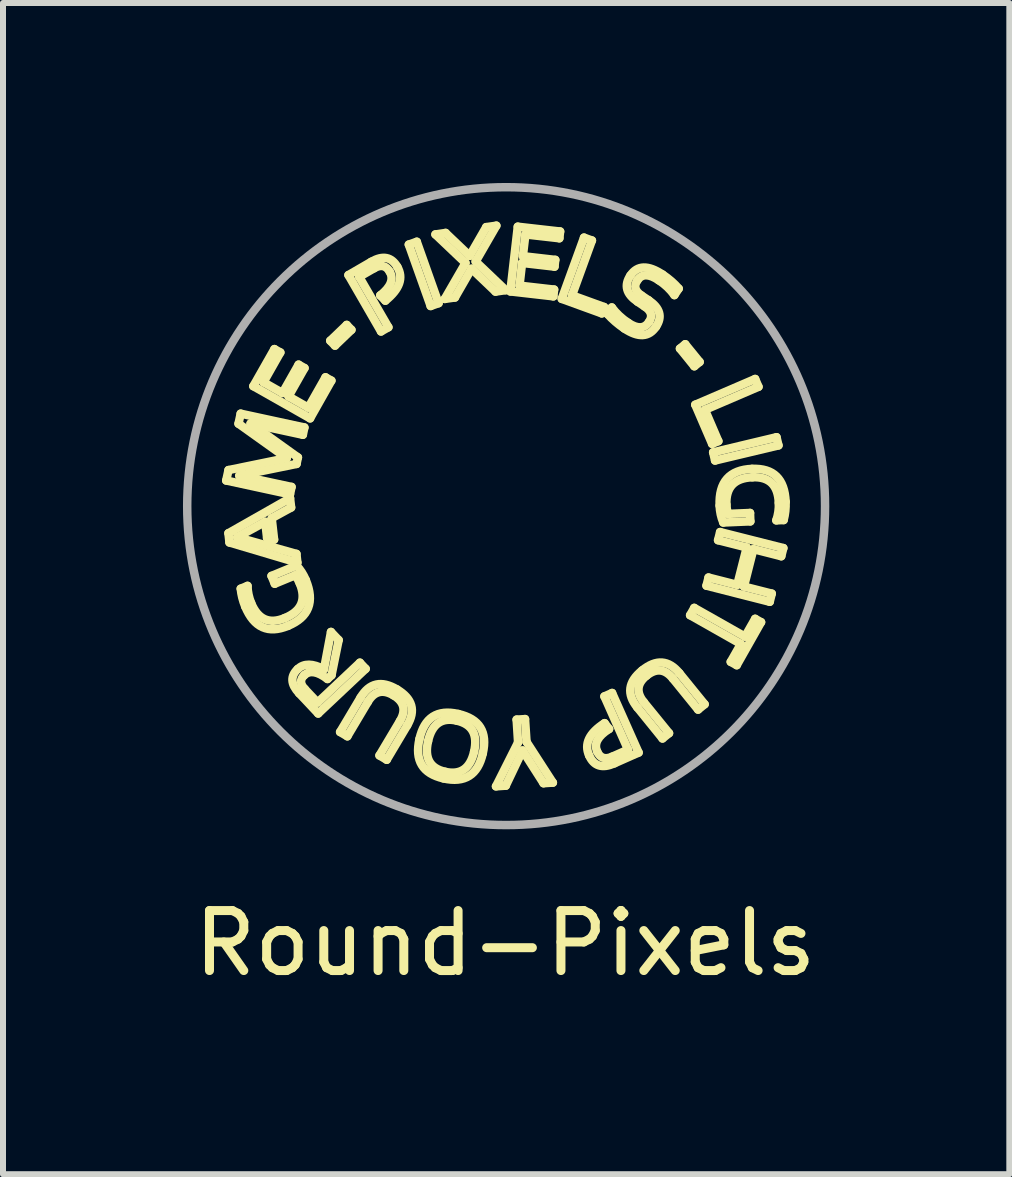
<source format=kicad_pcb>
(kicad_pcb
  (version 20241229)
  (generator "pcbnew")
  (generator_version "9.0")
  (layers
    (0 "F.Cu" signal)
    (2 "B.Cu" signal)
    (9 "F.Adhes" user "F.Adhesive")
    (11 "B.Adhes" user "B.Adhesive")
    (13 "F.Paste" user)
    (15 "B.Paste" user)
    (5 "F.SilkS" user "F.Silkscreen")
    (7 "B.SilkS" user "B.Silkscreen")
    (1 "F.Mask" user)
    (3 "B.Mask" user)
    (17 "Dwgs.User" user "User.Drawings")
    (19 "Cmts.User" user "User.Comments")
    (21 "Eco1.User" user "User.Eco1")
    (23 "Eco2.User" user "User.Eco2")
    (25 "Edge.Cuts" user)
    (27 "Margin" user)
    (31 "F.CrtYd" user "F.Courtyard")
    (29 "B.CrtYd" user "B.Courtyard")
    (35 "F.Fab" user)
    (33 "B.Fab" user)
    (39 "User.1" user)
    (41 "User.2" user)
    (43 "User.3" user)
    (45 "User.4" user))
  (footprint "Round-Pixels"
    (layer "F.Cu")
    (at 5.37 5.37)
    (property "Reference" "Round-Pixels" (at 0 7.3 0) (layer "F.SilkS") (effects (font (size 1 1) (thickness 0.15))))
    (attr through_hole)
    (fp_curve (pts (xy -4.65 -0.412) (xy -4.65 -0.412) (xy -4.612 -0.586) (xy -4.612 -0.586)) (stroke (width 0.141) (type solid)) (layer "F.SilkS"))
    (fp_curve (pts (xy -4.613 0.466) (xy -4.613 0.466) (xy -3.586 -0.117) (xy -3.586 -0.117)) (stroke (width 0.141) (type solid)) (layer "F.SilkS"))
    (fp_curve (pts (xy -4.612 -0.586) (xy -4.612 -0.586) (xy -3.641 -0.785) (xy -3.641 -0.785)) (stroke (width 0.141) (type solid)) (layer "F.SilkS"))
    (fp_curve (pts (xy -4.596 0.621) (xy -4.596 0.621) (xy -4.613 0.466) (xy -4.613 0.466)) (stroke (width 0.141) (type solid)) (layer "F.SilkS"))
    (fp_curve (pts (xy -4.467 0.533) (xy -4.467 0.533) (xy -3.48 0.811) (xy -3.48 0.811)) (stroke (width 0.141) (type solid)) (layer "F.SilkS"))
    (fp_curve (pts (xy -4.445 -1.359) (xy -4.445 -1.359) (xy -4.409 -1.526) (xy -4.409 -1.526)) (stroke (width 0.141) (type solid)) (layer "F.SilkS"))
    (fp_curve (pts (xy -4.432 -0.493) (xy -4.432 -0.493) (xy -3.561 -0.305) (xy -3.561 -0.305)) (stroke (width 0.141) (type solid)) (layer "F.SilkS"))
    (fp_curve (pts (xy -4.409 -1.526) (xy -4.409 -1.526) (xy -3.347 -1.296) (xy -3.347 -1.296)) (stroke (width 0.141) (type solid)) (layer "F.SilkS"))
    (fp_curve (pts (xy -4.408 1.391) (xy -4.408 1.391) (xy -4.295 1.344) (xy -4.295 1.344)) (stroke (width 0.141) (type solid)) (layer "F.SilkS"))
    (fp_curve (pts (xy -4.333 1.689) (xy -4.375 1.588) (xy -4.399 1.489) (xy -4.408 1.391)) (stroke (width 0.141) (type solid)) (layer "F.SilkS"))
    (fp_curve (pts (xy -4.295 1.344) (xy -4.292 1.445) (xy -4.271 1.54) (xy -4.234 1.631)) (stroke (width 0.141) (type solid)) (layer "F.SilkS"))
    (fp_curve (pts (xy -4.244 -1.362) (xy -4.244 -1.362) (xy -3.455 -0.797) (xy -3.455 -0.797)) (stroke (width 0.141) (type solid)) (layer "F.SilkS"))
    (fp_curve (pts (xy -4.234 1.631) (xy -4.12 1.905) (xy -3.934 1.988) (xy -3.674 1.88)) (stroke (width 0.141) (type solid)) (layer "F.SilkS"))
    (fp_curve (pts (xy -4.198 -1.984) (xy -4.198 -1.984) (xy -3.847 -2.602) (xy -3.847 -2.602)) (stroke (width 0.141) (type solid)) (layer "F.SilkS"))
    (fp_curve (pts (xy -4.029 -2.05) (xy -4.029 -2.05) (xy -3.712 -1.87) (xy -3.712 -1.87)) (stroke (width 0.141) (type solid)) (layer "F.SilkS"))
    (fp_curve (pts (xy -4 0.276) (xy -4 0.276) (xy -4.467 0.533) (xy -4.467 0.533)) (stroke (width 0.141) (type solid)) (layer "F.SilkS"))
    (fp_curve (pts (xy -3.969 0.547) (xy -3.969 0.547) (xy -4 0.276) (xy -4 0.276)) (stroke (width 0.141) (type solid)) (layer "F.SilkS"))
    (fp_curve (pts (xy -3.895 1.178) (xy -3.895 1.178) (xy -3.478 1.005) (xy -3.478 1.005)) (stroke (width 0.141) (type solid)) (layer "F.SilkS"))
    (fp_curve (pts (xy -3.892 0.216) (xy -3.892 0.216) (xy -3.852 0.573) (xy -3.852 0.573)) (stroke (width 0.141) (type solid)) (layer "F.SilkS"))
    (fp_curve (pts (xy -3.852 0.573) (xy -3.852 0.573) (xy -3.969 0.547) (xy -3.969 0.547)) (stroke (width 0.141) (type solid)) (layer "F.SilkS"))
    (fp_curve (pts (xy -3.847 -2.602) (xy -3.847 -2.602) (xy -3.748 -2.546) (xy -3.748 -2.546)) (stroke (width 0.141) (type solid)) (layer "F.SilkS"))
    (fp_curve (pts (xy -3.841 1.308) (xy -3.841 1.308) (xy -3.895 1.178) (xy -3.895 1.178)) (stroke (width 0.141) (type solid)) (layer "F.SilkS"))
    (fp_curve (pts (xy -3.748 -2.546) (xy -3.748 -2.546) (xy -4.029 -2.05) (xy -4.029 -2.05)) (stroke (width 0.141) (type solid)) (layer "F.SilkS"))
    (fp_curve (pts (xy -3.712 -1.87) (xy -3.712 -1.87) (xy -3.444 -2.343) (xy -3.444 -2.343)) (stroke (width 0.141) (type solid)) (layer "F.SilkS"))
    (fp_curve (pts (xy -3.674 1.88) (xy -3.395 1.765) (xy -3.312 1.572) (xy -3.424 1.303)) (stroke (width 0.141) (type solid)) (layer "F.SilkS"))
    (fp_curve (pts (xy -3.641 -0.785) (xy -3.641 -0.785) (xy -4.445 -1.359) (xy -4.445 -1.359)) (stroke (width 0.141) (type solid)) (layer "F.SilkS"))
    (fp_curve (pts (xy -3.62 2.01) (xy -3.95 2.147) (xy -4.187 2.04) (xy -4.333 1.689)) (stroke (width 0.141) (type solid)) (layer "F.SilkS"))
    (fp_curve (pts (xy -3.612 -1.814) (xy -3.612 -1.814) (xy -3.282 -1.626) (xy -3.282 -1.626)) (stroke (width 0.141) (type solid)) (layer "F.SilkS"))
    (fp_curve (pts (xy -3.587 -0.182) (xy -3.587 -0.182) (xy -4.65 -0.412) (xy -4.65 -0.412)) (stroke (width 0.141) (type solid)) (layer "F.SilkS"))
    (fp_curve (pts (xy -3.586 -0.117) (xy -3.586 -0.117) (xy -3.568 0.038) (xy -3.568 0.038)) (stroke (width 0.141) (type solid)) (layer "F.SilkS"))
    (fp_curve (pts (xy -3.568 0.038) (xy -3.568 0.038) (xy -3.892 0.216) (xy -3.892 0.216)) (stroke (width 0.141) (type solid)) (layer "F.SilkS"))
    (fp_curve (pts (xy -3.561 -0.305) (xy -3.561 -0.305) (xy -3.587 -0.182) (xy -3.587 -0.182)) (stroke (width 0.141) (type solid)) (layer "F.SilkS"))
    (fp_curve (pts (xy -3.5 1.167) (xy -3.5 1.167) (xy -3.841 1.308) (xy -3.841 1.308)) (stroke (width 0.141) (type solid)) (layer "F.SilkS"))
    (fp_curve (pts (xy -3.48 0.811) (xy -3.48 0.811) (xy -3.464 0.957) (xy -3.464 0.957)) (stroke (width 0.141) (type solid)) (layer "F.SilkS"))
    (fp_curve (pts (xy -3.478 -0.688) (xy -3.478 -0.688) (xy -4.432 -0.493) (xy -4.432 -0.493)) (stroke (width 0.141) (type solid)) (layer "F.SilkS"))
    (fp_curve (pts (xy -3.478 1.005) (xy -3.414 1.073) (xy -3.362 1.154) (xy -3.323 1.248)) (stroke (width 0.141) (type solid)) (layer "F.SilkS"))
    (fp_curve (pts (xy -3.464 0.957) (xy -3.464 0.957) (xy -4.596 0.621) (xy -4.596 0.621)) (stroke (width 0.141) (type solid)) (layer "F.SilkS"))
    (fp_curve (pts (xy -3.457 2.729) (xy -3.354 2.632) (xy -3.209 2.634) (xy -3.021 2.734)) (stroke (width 0.141) (type solid)) (layer "F.SilkS"))
    (fp_curve (pts (xy -3.455 -0.797) (xy -3.455 -0.797) (xy -3.478 -0.688) (xy -3.478 -0.688)) (stroke (width 0.141) (type solid)) (layer "F.SilkS"))
    (fp_curve (pts (xy -3.444 -2.343) (xy -3.444 -2.343) (xy -3.345 -2.286) (xy -3.345 -2.286)) (stroke (width 0.141) (type solid)) (layer "F.SilkS"))
    (fp_curve (pts (xy -3.435 3.133) (xy -3.576 2.983) (xy -3.584 2.848) (xy -3.457 2.729)) (stroke (width 0.141) (type solid)) (layer "F.SilkS"))
    (fp_curve (pts (xy -3.424 1.303) (xy -3.441 1.26) (xy -3.467 1.214) (xy -3.5 1.167)) (stroke (width 0.141) (type solid)) (layer "F.SilkS"))
    (fp_curve (pts (xy -3.373 -1.174) (xy -3.373 -1.174) (xy -4.244 -1.362) (xy -4.244 -1.362)) (stroke (width 0.141) (type solid)) (layer "F.SilkS"))
    (fp_curve (pts (xy -3.35 2.833) (xy -3.423 2.902) (xy -3.42 2.979) (xy -3.341 3.063)) (stroke (width 0.141) (type solid)) (layer "F.SilkS"))
    (fp_curve (pts (xy -3.347 -1.296) (xy -3.347 -1.296) (xy -3.373 -1.174) (xy -3.373 -1.174)) (stroke (width 0.141) (type solid)) (layer "F.SilkS"))
    (fp_curve (pts (xy -3.345 -2.286) (xy -3.345 -2.286) (xy -3.612 -1.814) (xy -3.612 -1.814)) (stroke (width 0.141) (type solid)) (layer "F.SilkS"))
    (fp_curve (pts (xy -3.341 3.063) (xy -3.341 3.063) (xy -3.128 3.289) (xy -3.128 3.289)) (stroke (width 0.141) (type solid)) (layer "F.SilkS"))
    (fp_curve (pts (xy -3.323 1.248) (xy -3.173 1.611) (xy -3.272 1.865) (xy -3.62 2.01)) (stroke (width 0.141) (type solid)) (layer "F.SilkS"))
    (fp_curve (pts (xy -3.282 -1.626) (xy -3.282 -1.626) (xy -2.995 -2.132) (xy -2.995 -2.132)) (stroke (width 0.141) (type solid)) (layer "F.SilkS"))
    (fp_curve (pts (xy -3.252 -1.448) (xy -3.252 -1.448) (xy -4.198 -1.984) (xy -4.198 -1.984)) (stroke (width 0.141) (type solid)) (layer "F.SilkS"))
    (fp_curve (pts (xy -3.128 3.289) (xy -3.128 3.289) (xy -2.422 2.624) (xy -2.422 2.624)) (stroke (width 0.141) (type solid)) (layer "F.SilkS"))
    (fp_curve (pts (xy -3.117 3.471) (xy -3.117 3.471) (xy -3.435 3.133) (xy -3.435 3.133)) (stroke (width 0.141) (type solid)) (layer "F.SilkS"))
    (fp_curve (pts (xy -3.021 2.734) (xy -3.021 2.734) (xy -2.904 2.112) (xy -2.904 2.112)) (stroke (width 0.141) (type solid)) (layer "F.SilkS"))
    (fp_curve (pts (xy -2.995 -2.132) (xy -2.995 -2.132) (xy -2.897 -2.076) (xy -2.897 -2.076)) (stroke (width 0.141) (type solid)) (layer "F.SilkS"))
    (fp_curve (pts (xy -2.962 2.896) (xy -3.129 2.768) (xy -3.258 2.747) (xy -3.35 2.833)) (stroke (width 0.141) (type solid)) (layer "F.SilkS"))
    (fp_curve (pts (xy -2.916 -2.742) (xy -2.916 -2.742) (xy -2.642 -3.005) (xy -2.642 -3.005)) (stroke (width 0.141) (type solid)) (layer "F.SilkS"))
    (fp_curve (pts (xy -2.904 2.112) (xy -2.904 2.112) (xy -2.776 2.247) (xy -2.776 2.247)) (stroke (width 0.141) (type solid)) (layer "F.SilkS"))
    (fp_curve (pts (xy -2.897 -2.076) (xy -2.897 -2.076) (xy -3.252 -1.448) (xy -3.252 -1.448)) (stroke (width 0.141) (type solid)) (layer "F.SilkS"))
    (fp_curve (pts (xy -2.895 2.834) (xy -2.895 2.834) (xy -2.962 2.896) (xy -2.962 2.896)) (stroke (width 0.141) (type solid)) (layer "F.SilkS"))
    (fp_curve (pts (xy -2.837 -2.66) (xy -2.837 -2.66) (xy -2.916 -2.742) (xy -2.916 -2.742)) (stroke (width 0.141) (type solid)) (layer "F.SilkS"))
    (fp_curve (pts (xy -2.776 2.247) (xy -2.776 2.247) (xy -2.895 2.834) (xy -2.895 2.834)) (stroke (width 0.141) (type solid)) (layer "F.SilkS"))
    (fp_curve (pts (xy -2.752 3.779) (xy -2.752 3.779) (xy -2.411 3.206) (xy -2.411 3.206)) (stroke (width 0.141) (type solid)) (layer "F.SilkS"))
    (fp_curve (pts (xy -2.642 -3.005) (xy -2.642 -3.005) (xy -2.563 -2.923) (xy -2.563 -2.923)) (stroke (width 0.141) (type solid)) (layer "F.SilkS"))
    (fp_curve (pts (xy -2.631 3.851) (xy -2.631 3.851) (xy -2.752 3.779) (xy -2.752 3.779)) (stroke (width 0.141) (type solid)) (layer "F.SilkS"))
    (fp_curve (pts (xy -2.613 -3.836) (xy -2.613 -3.836) (xy -2.232 -4.057) (xy -2.232 -4.057)) (stroke (width 0.141) (type solid)) (layer "F.SilkS"))
    (fp_curve (pts (xy -2.563 -2.923) (xy -2.563 -2.923) (xy -2.837 -2.66) (xy -2.837 -2.66)) (stroke (width 0.141) (type solid)) (layer "F.SilkS"))
    (fp_curve (pts (xy -2.434 -3.806) (xy -2.434 -3.806) (xy -1.947 -2.966) (xy -1.947 -2.966)) (stroke (width 0.141) (type solid)) (layer "F.SilkS"))
    (fp_curve (pts (xy -2.422 2.624) (xy -2.422 2.624) (xy -2.326 2.726) (xy -2.326 2.726)) (stroke (width 0.141) (type solid)) (layer "F.SilkS"))
    (fp_curve (pts (xy -2.411 3.206) (xy -2.265 2.961) (xy -2.063 2.916) (xy -1.804 3.07)) (stroke (width 0.141) (type solid)) (layer "F.SilkS"))
    (fp_curve (pts (xy -2.326 2.726) (xy -2.326 2.726) (xy -3.117 3.471) (xy -3.117 3.471)) (stroke (width 0.141) (type solid)) (layer "F.SilkS"))
    (fp_curve (pts (xy -2.29 3.278) (xy -2.29 3.278) (xy -2.631 3.851) (xy -2.631 3.851)) (stroke (width 0.141) (type solid)) (layer "F.SilkS"))
    (fp_curve (pts (xy -2.232 -4.057) (xy -2.04 -4.168) (xy -1.895 -4.14) (xy -1.798 -3.972)) (stroke (width 0.141) (type solid)) (layer "F.SilkS"))
    (fp_curve (pts (xy -2.185 -3.95) (xy -2.185 -3.95) (xy -2.434 -3.806) (xy -2.434 -3.806)) (stroke (width 0.141) (type solid)) (layer "F.SilkS"))
    (fp_curve (pts (xy -2.096 4.17) (xy -2.096 4.17) (xy -1.755 3.597) (xy -1.755 3.597)) (stroke (width 0.141) (type solid)) (layer "F.SilkS"))
    (fp_curve (pts (xy -2.083 -3.497) (xy -1.906 -3.637) (xy -1.854 -3.769) (xy -1.925 -3.892)) (stroke (width 0.141) (type solid)) (layer "F.SilkS"))
    (fp_curve (pts (xy -2.07 -2.896) (xy -2.07 -2.896) (xy -2.613 -3.836) (xy -2.613 -3.836)) (stroke (width 0.141) (type solid)) (layer "F.SilkS"))
    (fp_curve (pts (xy -1.998 -3.409) (xy -1.998 -3.409) (xy -2.083 -3.497) (xy -2.083 -3.497)) (stroke (width 0.141) (type solid)) (layer "F.SilkS"))
    (fp_curve (pts (xy -1.975 4.242) (xy -1.975 4.242) (xy -2.096 4.17) (xy -2.096 4.17)) (stroke (width 0.141) (type solid)) (layer "F.SilkS"))
    (fp_curve (pts (xy -1.947 -2.966) (xy -1.947 -2.966) (xy -2.07 -2.896) (xy -2.07 -2.896)) (stroke (width 0.141) (type solid)) (layer "F.SilkS"))
    (fp_curve (pts (xy -1.925 -3.892) (xy -1.985 -3.996) (xy -2.072 -4.015) (xy -2.185 -3.95)) (stroke (width 0.141) (type solid)) (layer "F.SilkS"))
    (fp_curve (pts (xy -1.862 3.168) (xy -2.041 3.062) (xy -2.184 3.098) (xy -2.29 3.278)) (stroke (width 0.141) (type solid)) (layer "F.SilkS"))
    (fp_curve (pts (xy -1.804 3.07) (xy -1.545 3.224) (xy -1.488 3.424) (xy -1.634 3.669)) (stroke (width 0.141) (type solid)) (layer "F.SilkS"))
    (fp_curve (pts (xy -1.798 -3.972) (xy -1.692 -3.789) (xy -1.759 -3.602) (xy -1.998 -3.409)) (stroke (width 0.141) (type solid)) (layer "F.SilkS"))
    (fp_curve (pts (xy -1.755 3.597) (xy -1.648 3.417) (xy -1.684 3.275) (xy -1.862 3.168)) (stroke (width 0.141) (type solid)) (layer "F.SilkS"))
    (fp_curve (pts (xy -1.634 3.669) (xy -1.634 3.669) (xy -1.975 4.242) (xy -1.975 4.242)) (stroke (width 0.141) (type solid)) (layer "F.SilkS"))
    (fp_curve (pts (xy -1.607 -4.344) (xy -1.607 -4.344) (xy -1.474 -4.391) (xy -1.474 -4.391)) (stroke (width 0.141) (type solid)) (layer "F.SilkS"))
    (fp_curve (pts (xy -1.474 -4.391) (xy -1.474 -4.391) (xy -1.111 -3.367) (xy -1.111 -3.367)) (stroke (width 0.141) (type solid)) (layer "F.SilkS"))
    (fp_curve (pts (xy -1.429 3.895) (xy -1.347 3.538) (xy -1.132 3.399) (xy -0.783 3.479)) (stroke (width 0.141) (type solid)) (layer "F.SilkS"))
    (fp_curve (pts (xy -1.286 3.932) (xy -1.35 4.214) (xy -1.256 4.384) (xy -1.003 4.442)) (stroke (width 0.141) (type solid)) (layer "F.SilkS"))
    (fp_curve (pts (xy -1.243 -3.32) (xy -1.243 -3.32) (xy -1.607 -4.344) (xy -1.607 -4.344)) (stroke (width 0.141) (type solid)) (layer "F.SilkS"))
    (fp_curve (pts (xy -1.163 -4.513) (xy -1.163 -4.513) (xy -0.994 -4.538) (xy -0.994 -4.538)) (stroke (width 0.141) (type solid)) (layer "F.SilkS"))
    (fp_curve (pts (xy -1.111 -3.367) (xy -1.111 -3.367) (xy -1.243 -3.32) (xy -1.243 -3.32)) (stroke (width 0.141) (type solid)) (layer "F.SilkS"))
    (fp_curve (pts (xy -1.029 4.553) (xy -1.378 4.473) (xy -1.511 4.254) (xy -1.429 3.895)) (stroke (width 0.141) (type solid)) (layer "F.SilkS"))
    (fp_curve (pts (xy -1.008 -3.438) (xy -1.008 -3.438) (xy -0.662 -4.037) (xy -0.662 -4.037)) (stroke (width 0.141) (type solid)) (layer "F.SilkS"))
    (fp_curve (pts (xy -1.003 4.442) (xy -0.745 4.501) (xy -0.584 4.389) (xy -0.519 4.108)) (stroke (width 0.141) (type solid)) (layer "F.SilkS"))
    (fp_curve (pts (xy -0.994 -4.538) (xy -0.994 -4.538) (xy -0.593 -4.156) (xy -0.593 -4.156)) (stroke (width 0.141) (type solid)) (layer "F.SilkS"))
    (fp_curve (pts (xy -0.838 -3.462) (xy -0.838 -3.462) (xy -1.008 -3.438) (xy -1.008 -3.438)) (stroke (width 0.141) (type solid)) (layer "F.SilkS"))
    (fp_curve (pts (xy -0.808 3.59) (xy -1.061 3.532) (xy -1.221 3.646) (xy -1.286 3.932)) (stroke (width 0.141) (type solid)) (layer "F.SilkS"))
    (fp_curve (pts (xy -0.783 3.479) (xy -0.428 3.56) (xy -0.292 3.779) (xy -0.374 4.136)) (stroke (width 0.141) (type solid)) (layer "F.SilkS"))
    (fp_curve (pts (xy -0.662 -4.037) (xy -0.662 -4.037) (xy -1.163 -4.513) (xy -1.163 -4.513)) (stroke (width 0.141) (type solid)) (layer "F.SilkS"))
    (fp_curve (pts (xy -0.593 -4.156) (xy -0.593 -4.156) (xy -0.317 -4.635) (xy -0.317 -4.635)) (stroke (width 0.141) (type solid)) (layer "F.SilkS"))
    (fp_curve (pts (xy -0.562 -3.941) (xy -0.562 -3.941) (xy -0.838 -3.462) (xy -0.838 -3.462)) (stroke (width 0.141) (type solid)) (layer "F.SilkS"))
    (fp_curve (pts (xy -0.519 4.108) (xy -0.454 3.821) (xy -0.55 3.649) (xy -0.808 3.59)) (stroke (width 0.141) (type solid)) (layer "F.SilkS"))
    (fp_curve (pts (xy -0.493 -4.061) (xy -0.493 -4.061) (xy 0.007 -3.584) (xy 0.007 -3.584)) (stroke (width 0.141) (type solid)) (layer "F.SilkS"))
    (fp_curve (pts (xy -0.374 4.136) (xy -0.455 4.495) (xy -0.674 4.634) (xy -1.029 4.553)) (stroke (width 0.141) (type solid)) (layer "F.SilkS"))
    (fp_curve (pts (xy -0.317 -4.635) (xy -0.317 -4.635) (xy -0.148 -4.659) (xy -0.148 -4.659)) (stroke (width 0.141) (type solid)) (layer "F.SilkS"))
    (fp_curve (pts (xy -0.162 -3.56) (xy -0.162 -3.56) (xy -0.562 -3.941) (xy -0.562 -3.941)) (stroke (width 0.141) (type solid)) (layer "F.SilkS"))
    (fp_curve (pts (xy -0.154 4.685) (xy -0.154 4.685) (xy 0.214 3.953) (xy 0.214 3.953)) (stroke (width 0.141) (type solid)) (layer "F.SilkS"))
    (fp_curve (pts (xy -0.148 -4.659) (xy -0.148 -4.659) (xy -0.493 -4.061) (xy -0.493 -4.061)) (stroke (width 0.141) (type solid)) (layer "F.SilkS"))
    (fp_curve (pts (xy 0.007 -3.584) (xy 0.007 -3.584) (xy -0.162 -3.56) (xy -0.162 -3.56)) (stroke (width 0.141) (type solid)) (layer "F.SilkS"))
    (fp_curve (pts (xy 0.009 4.674) (xy 0.009 4.674) (xy -0.154 4.685) (xy -0.154 4.685)) (stroke (width 0.141) (type solid)) (layer "F.SilkS"))
    (fp_curve (pts (xy 0.085 -3.563) (xy 0.085 -3.563) (xy 0.209 -4.642) (xy 0.209 -4.642)) (stroke (width 0.141) (type solid)) (layer "F.SilkS"))
    (fp_curve (pts (xy 0.19 3.573) (xy 0.19 3.573) (xy 0.33 3.564) (xy 0.33 3.564)) (stroke (width 0.141) (type solid)) (layer "F.SilkS"))
    (fp_curve (pts (xy 0.209 -4.642) (xy 0.209 -4.642) (xy 0.915 -4.562) (xy 0.915 -4.562)) (stroke (width 0.141) (type solid)) (layer "F.SilkS"))
    (fp_curve (pts (xy 0.214 3.953) (xy 0.214 3.953) (xy 0.19 3.573) (xy 0.19 3.573)) (stroke (width 0.141) (type solid)) (layer "F.SilkS"))
    (fp_curve (pts (xy 0.238 -3.66) (xy 0.238 -3.66) (xy 0.815 -3.594) (xy 0.815 -3.594)) (stroke (width 0.141) (type solid)) (layer "F.SilkS"))
    (fp_curve (pts (xy 0.281 -4.038) (xy 0.281 -4.038) (xy 0.238 -3.66) (xy 0.238 -3.66)) (stroke (width 0.141) (type solid)) (layer "F.SilkS"))
    (fp_curve (pts (xy 0.289 4.087) (xy 0.289 4.087) (xy 0.009 4.674) (xy 0.009 4.674)) (stroke (width 0.141) (type solid)) (layer "F.SilkS"))
    (fp_curve (pts (xy 0.294 -4.151) (xy 0.294 -4.151) (xy 0.834 -4.089) (xy 0.834 -4.089)) (stroke (width 0.141) (type solid)) (layer "F.SilkS"))
    (fp_curve (pts (xy 0.33 3.564) (xy 0.33 3.564) (xy 0.355 3.944) (xy 0.355 3.944)) (stroke (width 0.141) (type solid)) (layer "F.SilkS"))
    (fp_curve (pts (xy 0.336 -4.513) (xy 0.336 -4.513) (xy 0.294 -4.151) (xy 0.294 -4.151)) (stroke (width 0.141) (type solid)) (layer "F.SilkS"))
    (fp_curve (pts (xy 0.355 3.944) (xy 0.355 3.944) (xy 0.794 4.623) (xy 0.794 4.623)) (stroke (width 0.141) (type solid)) (layer "F.SilkS"))
    (fp_curve (pts (xy 0.638 4.633) (xy 0.638 4.633) (xy 0.289 4.087) (xy 0.289 4.087)) (stroke (width 0.141) (type solid)) (layer "F.SilkS"))
    (fp_curve (pts (xy 0.794 4.623) (xy 0.794 4.623) (xy 0.638 4.633) (xy 0.638 4.633)) (stroke (width 0.141) (type solid)) (layer "F.SilkS"))
    (fp_curve (pts (xy 0.802 -3.481) (xy 0.802 -3.481) (xy 0.085 -3.563) (xy 0.085 -3.563)) (stroke (width 0.141) (type solid)) (layer "F.SilkS"))
    (fp_curve (pts (xy 0.815 -3.594) (xy 0.815 -3.594) (xy 0.802 -3.481) (xy 0.802 -3.481)) (stroke (width 0.141) (type solid)) (layer "F.SilkS"))
    (fp_curve (pts (xy 0.821 -3.976) (xy 0.821 -3.976) (xy 0.281 -4.038) (xy 0.281 -4.038)) (stroke (width 0.141) (type solid)) (layer "F.SilkS"))
    (fp_curve (pts (xy 0.834 -4.089) (xy 0.834 -4.089) (xy 0.821 -3.976) (xy 0.821 -3.976)) (stroke (width 0.141) (type solid)) (layer "F.SilkS"))
    (fp_curve (pts (xy 0.902 -4.449) (xy 0.902 -4.449) (xy 0.336 -4.513) (xy 0.336 -4.513)) (stroke (width 0.141) (type solid)) (layer "F.SilkS"))
    (fp_curve (pts (xy 0.915 -4.562) (xy 0.915 -4.562) (xy 0.902 -4.449) (xy 0.902 -4.449)) (stroke (width 0.141) (type solid)) (layer "F.SilkS"))
    (fp_curve (pts (xy 0.942 -3.439) (xy 0.942 -3.439) (xy 1.313 -4.46) (xy 1.313 -4.46)) (stroke (width 0.141) (type solid)) (layer "F.SilkS"))
    (fp_curve (pts (xy 1.113 -3.498) (xy 1.113 -3.498) (xy 1.647 -3.304) (xy 1.647 -3.304)) (stroke (width 0.141) (type solid)) (layer "F.SilkS"))
    (fp_curve (pts (xy 1.313 -4.46) (xy 1.313 -4.46) (xy 1.445 -4.412) (xy 1.445 -4.412)) (stroke (width 0.141) (type solid)) (layer "F.SilkS"))
    (fp_curve (pts (xy 1.398 4.17) (xy 1.312 3.978) (xy 1.398 3.798) (xy 1.656 3.632)) (stroke (width 0.141) (type solid)) (layer "F.SilkS"))
    (fp_curve (pts (xy 1.445 -4.412) (xy 1.445 -4.412) (xy 1.113 -3.498) (xy 1.113 -3.498)) (stroke (width 0.141) (type solid)) (layer "F.SilkS"))
    (fp_curve (pts (xy 1.532 4.104) (xy 1.581 4.215) (xy 1.665 4.243) (xy 1.784 4.19)) (stroke (width 0.141) (type solid)) (layer "F.SilkS"))
    (fp_curve (pts (xy 1.609 -3.197) (xy 1.609 -3.197) (xy 0.942 -3.439) (xy 0.942 -3.439)) (stroke (width 0.141) (type solid)) (layer "F.SilkS"))
    (fp_curve (pts (xy 1.647 -3.304) (xy 1.647 -3.304) (xy 1.609 -3.197) (xy 1.609 -3.197)) (stroke (width 0.141) (type solid)) (layer "F.SilkS"))
    (fp_curve (pts (xy 1.653 3.186) (xy 1.653 3.186) (xy 1.781 3.129) (xy 1.781 3.129)) (stroke (width 0.141) (type solid)) (layer "F.SilkS"))
    (fp_curve (pts (xy 1.656 3.632) (xy 1.656 3.632) (xy 1.731 3.729) (xy 1.731 3.729)) (stroke (width 0.141) (type solid)) (layer "F.SilkS"))
    (fp_curve (pts (xy 1.704 -3.188) (xy 1.704 -3.188) (xy 1.776 -3.296) (xy 1.776 -3.296)) (stroke (width 0.141) (type solid)) (layer "F.SilkS"))
    (fp_curve (pts (xy 1.731 3.729) (xy 1.541 3.849) (xy 1.475 3.974) (xy 1.532 4.104)) (stroke (width 0.141) (type solid)) (layer "F.SilkS"))
    (fp_curve (pts (xy 1.776 -3.296) (xy 1.848 -3.199) (xy 1.939 -3.113) (xy 2.049 -3.04)) (stroke (width 0.141) (type solid)) (layer "F.SilkS"))
    (fp_curve (pts (xy 1.781 3.129) (xy 1.781 3.129) (xy 2.223 4.122) (xy 2.223 4.122)) (stroke (width 0.141) (type solid)) (layer "F.SilkS"))
    (fp_curve (pts (xy 1.784 4.19) (xy 1.784 4.19) (xy 2.047 4.073) (xy 2.047 4.073)) (stroke (width 0.141) (type solid)) (layer "F.SilkS"))
    (fp_curve (pts (xy 1.82 4.301) (xy 1.617 4.392) (xy 1.476 4.348) (xy 1.398 4.17)) (stroke (width 0.141) (type solid)) (layer "F.SilkS"))
    (fp_curve (pts (xy 1.985 -2.945) (xy 1.876 -3.019) (xy 1.782 -3.1) (xy 1.704 -3.188)) (stroke (width 0.141) (type solid)) (layer "F.SilkS"))
    (fp_curve (pts (xy 2.047 4.073) (xy 2.047 4.073) (xy 1.653 3.186) (xy 1.653 3.186)) (stroke (width 0.141) (type solid)) (layer "F.SilkS"))
    (fp_curve (pts (xy 2.049 -3.04) (xy 2.204 -2.936) (xy 2.32 -2.94) (xy 2.396 -3.054)) (stroke (width 0.141) (type solid)) (layer "F.SilkS"))
    (fp_curve (pts (xy 2.086 -3.828) (xy 2.202 -4.001) (xy 2.381 -4.006) (xy 2.623 -3.844)) (stroke (width 0.141) (type solid)) (layer "F.SilkS"))
    (fp_curve (pts (xy 2.201 3.369) (xy 2.021 3.148) (xy 2.048 2.943) (xy 2.282 2.753)) (stroke (width 0.141) (type solid)) (layer "F.SilkS"))
    (fp_curve (pts (xy 2.203 -3.75) (xy 2.138 -3.653) (xy 2.162 -3.568) (xy 2.273 -3.493)) (stroke (width 0.141) (type solid)) (layer "F.SilkS"))
    (fp_curve (pts (xy 2.205 -3.392) (xy 2.016 -3.519) (xy 1.977 -3.664) (xy 2.086 -3.828)) (stroke (width 0.141) (type solid)) (layer "F.SilkS"))
    (fp_curve (pts (xy 2.223 4.122) (xy 2.223 4.122) (xy 1.82 4.301) (xy 1.82 4.301)) (stroke (width 0.141) (type solid)) (layer "F.SilkS"))
    (fp_curve (pts (xy 2.273 -3.493) (xy 2.273 -3.493) (xy 2.389 -3.416) (xy 2.389 -3.416)) (stroke (width 0.141) (type solid)) (layer "F.SilkS"))
    (fp_curve (pts (xy 2.282 2.753) (xy 2.516 2.563) (xy 2.723 2.578) (xy 2.903 2.799)) (stroke (width 0.141) (type solid)) (layer "F.SilkS"))
    (fp_curve (pts (xy 2.309 3.281) (xy 2.309 3.281) (xy 2.73 3.799) (xy 2.73 3.799)) (stroke (width 0.141) (type solid)) (layer "F.SilkS"))
    (fp_curve (pts (xy 2.321 -3.314) (xy 2.321 -3.314) (xy 2.205 -3.392) (xy 2.205 -3.392)) (stroke (width 0.141) (type solid)) (layer "F.SilkS"))
    (fp_curve (pts (xy 2.354 2.841) (xy 2.193 2.972) (xy 2.178 3.119) (xy 2.309 3.281)) (stroke (width 0.141) (type solid)) (layer "F.SilkS"))
    (fp_curve (pts (xy 2.389 -3.416) (xy 2.581 -3.287) (xy 2.623 -3.14) (xy 2.513 -2.976)) (stroke (width 0.141) (type solid)) (layer "F.SilkS"))
    (fp_curve (pts (xy 2.396 -3.054) (xy 2.461 -3.151) (xy 2.436 -3.238) (xy 2.321 -3.314)) (stroke (width 0.141) (type solid)) (layer "F.SilkS"))
    (fp_curve (pts (xy 2.513 -2.976) (xy 2.394 -2.799) (xy 2.219 -2.789) (xy 1.985 -2.945)) (stroke (width 0.141) (type solid)) (layer "F.SilkS"))
    (fp_curve (pts (xy 2.559 -3.749) (xy 2.396 -3.859) (xy 2.277 -3.86) (xy 2.203 -3.75)) (stroke (width 0.141) (type solid)) (layer "F.SilkS"))
    (fp_curve (pts (xy 2.621 3.887) (xy 2.621 3.887) (xy 2.201 3.369) (xy 2.201 3.369)) (stroke (width 0.141) (type solid)) (layer "F.SilkS"))
    (fp_curve (pts (xy 2.623 -3.844) (xy 2.728 -3.774) (xy 2.818 -3.696) (xy 2.891 -3.61)) (stroke (width 0.141) (type solid)) (layer "F.SilkS"))
    (fp_curve (pts (xy 2.73 3.799) (xy 2.73 3.799) (xy 2.621 3.887) (xy 2.621 3.887)) (stroke (width 0.141) (type solid)) (layer "F.SilkS"))
    (fp_curve (pts (xy 2.794 2.888) (xy 2.662 2.726) (xy 2.516 2.71) (xy 2.354 2.841)) (stroke (width 0.141) (type solid)) (layer "F.SilkS"))
    (fp_curve (pts (xy 2.819 -3.502) (xy 2.751 -3.597) (xy 2.665 -3.679) (xy 2.559 -3.749)) (stroke (width 0.141) (type solid)) (layer "F.SilkS"))
    (fp_curve (pts (xy 2.891 -3.61) (xy 2.891 -3.61) (xy 2.819 -3.502) (xy 2.819 -3.502)) (stroke (width 0.141) (type solid)) (layer "F.SilkS"))
    (fp_curve (pts (xy 2.903 2.799) (xy 2.903 2.799) (xy 3.323 3.317) (xy 3.323 3.317)) (stroke (width 0.141) (type solid)) (layer "F.SilkS"))
    (fp_curve (pts (xy 2.912 -2.611) (xy 2.912 -2.611) (xy 3 -2.683) (xy 3 -2.683)) (stroke (width 0.141) (type solid)) (layer "F.SilkS"))
    (fp_curve (pts (xy 3 -2.683) (xy 3 -2.683) (xy 3.24 -2.388) (xy 3.24 -2.388)) (stroke (width 0.141) (type solid)) (layer "F.SilkS"))
    (fp_curve (pts (xy 3.081 1.833) (xy 3.081 1.833) (xy 3.15 1.711) (xy 3.15 1.711)) (stroke (width 0.141) (type solid)) (layer "F.SilkS"))
    (fp_curve (pts (xy 3.15 1.711) (xy 3.15 1.711) (xy 3.996 2.19) (xy 3.996 2.19)) (stroke (width 0.141) (type solid)) (layer "F.SilkS"))
    (fp_curve (pts (xy 3.151 -2.316) (xy 3.151 -2.316) (xy 2.912 -2.611) (xy 2.912 -2.611)) (stroke (width 0.141) (type solid)) (layer "F.SilkS"))
    (fp_curve (pts (xy 3.167 -1.675) (xy 3.167 -1.675) (xy 4.165 -2.104) (xy 4.165 -2.104)) (stroke (width 0.141) (type solid)) (layer "F.SilkS"))
    (fp_curve (pts (xy 3.214 3.406) (xy 3.214 3.406) (xy 2.794 2.888) (xy 2.794 2.888)) (stroke (width 0.141) (type solid)) (layer "F.SilkS"))
    (fp_curve (pts (xy 3.24 -2.388) (xy 3.24 -2.388) (xy 3.151 -2.316) (xy 3.151 -2.316)) (stroke (width 0.141) (type solid)) (layer "F.SilkS"))
    (fp_curve (pts (xy 3.323 3.317) (xy 3.323 3.317) (xy 3.214 3.406) (xy 3.214 3.406)) (stroke (width 0.141) (type solid)) (layer "F.SilkS"))
    (fp_curve (pts (xy 3.328 -1.59) (xy 3.328 -1.59) (xy 3.552 -1.068) (xy 3.552 -1.068)) (stroke (width 0.141) (type solid)) (layer "F.SilkS"))
    (fp_curve (pts (xy 3.354 1.341) (xy 3.354 1.341) (xy 3.388 1.205) (xy 3.388 1.205)) (stroke (width 0.141) (type solid)) (layer "F.SilkS"))
    (fp_curve (pts (xy 3.388 1.205) (xy 3.388 1.205) (xy 3.867 1.327) (xy 3.867 1.327)) (stroke (width 0.141) (type solid)) (layer "F.SilkS"))
    (fp_curve (pts (xy 3.448 -1.023) (xy 3.448 -1.023) (xy 3.167 -1.675) (xy 3.167 -1.675)) (stroke (width 0.141) (type solid)) (layer "F.SilkS"))
    (fp_curve (pts (xy 3.465 -0.882) (xy 3.465 -0.882) (xy 4.521 -1.134) (xy 4.521 -1.134)) (stroke (width 0.141) (type solid)) (layer "F.SilkS"))
    (fp_curve (pts (xy 3.497 -0.745) (xy 3.497 -0.745) (xy 3.465 -0.882) (xy 3.465 -0.882)) (stroke (width 0.141) (type solid)) (layer "F.SilkS"))
    (fp_curve (pts (xy 3.547 0.583) (xy 3.547 0.583) (xy 3.581 0.447) (xy 3.581 0.447)) (stroke (width 0.141) (type solid)) (layer "F.SilkS"))
    (fp_curve (pts (xy 3.552 -1.068) (xy 3.552 -1.068) (xy 3.448 -1.023) (xy 3.448 -1.023)) (stroke (width 0.141) (type solid)) (layer "F.SilkS"))
    (fp_curve (pts (xy 3.573 0.007) (xy 3.557 -0.387) (xy 3.737 -0.591) (xy 4.114 -0.606)) (stroke (width 0.141) (type solid)) (layer "F.SilkS"))
    (fp_curve (pts (xy 3.581 0.447) (xy 3.581 0.447) (xy 4.635 0.714) (xy 4.635 0.714)) (stroke (width 0.141) (type solid)) (layer "F.SilkS"))
    (fp_curve (pts (xy 3.634 0.288) (xy 3.597 0.202) (xy 3.577 0.108) (xy 3.573 0.007)) (stroke (width 0.141) (type solid)) (layer "F.SilkS"))
    (fp_curve (pts (xy 3.686 -0.01) (xy 3.688 0.036) (xy 3.696 0.088) (xy 3.711 0.144)) (stroke (width 0.141) (type solid)) (layer "F.SilkS"))
    (fp_curve (pts (xy 3.711 0.144) (xy 3.711 0.144) (xy 4.08 0.129) (xy 4.08 0.129)) (stroke (width 0.141) (type solid)) (layer "F.SilkS"))
    (fp_curve (pts (xy 3.758 2.61) (xy 3.758 2.61) (xy 3.927 2.312) (xy 3.927 2.312)) (stroke (width 0.141) (type solid)) (layer "F.SilkS"))
    (fp_curve (pts (xy 3.858 2.666) (xy 3.858 2.666) (xy 3.758 2.61) (xy 3.758 2.61)) (stroke (width 0.141) (type solid)) (layer "F.SilkS"))
    (fp_curve (pts (xy 3.867 1.327) (xy 3.867 1.327) (xy 4.025 0.704) (xy 4.025 0.704)) (stroke (width 0.141) (type solid)) (layer "F.SilkS"))
    (fp_curve (pts (xy 3.927 2.312) (xy 3.927 2.312) (xy 3.081 1.833) (xy 3.081 1.833)) (stroke (width 0.141) (type solid)) (layer "F.SilkS"))
    (fp_curve (pts (xy 3.978 1.355) (xy 3.978 1.355) (xy 4.442 1.473) (xy 4.442 1.473)) (stroke (width 0.141) (type solid)) (layer "F.SilkS"))
    (fp_curve (pts (xy 3.996 2.19) (xy 3.996 2.19) (xy 4.165 1.893) (xy 4.165 1.893)) (stroke (width 0.141) (type solid)) (layer "F.SilkS"))
    (fp_curve (pts (xy 4.025 0.704) (xy 4.025 0.704) (xy 3.547 0.583) (xy 3.547 0.583)) (stroke (width 0.141) (type solid)) (layer "F.SilkS"))
    (fp_curve (pts (xy 4.08 0.129) (xy 4.08 0.129) (xy 4.085 0.269) (xy 4.085 0.269)) (stroke (width 0.141) (type solid)) (layer "F.SilkS"))
    (fp_curve (pts (xy 4.085 0.269) (xy 4.085 0.269) (xy 3.634 0.288) (xy 3.634 0.288)) (stroke (width 0.141) (type solid)) (layer "F.SilkS"))
    (fp_curve (pts (xy 4.114 -0.606) (xy 4.471 -0.621) (xy 4.657 -0.439) (xy 4.673 -0.059)) (stroke (width 0.141) (type solid)) (layer "F.SilkS"))
    (fp_curve (pts (xy 4.12 -0.466) (xy 3.819 -0.454) (xy 3.674 -0.302) (xy 3.686 -0.01)) (stroke (width 0.141) (type solid)) (layer "F.SilkS"))
    (fp_curve (pts (xy 4.136 0.732) (xy 4.136 0.732) (xy 3.978 1.355) (xy 3.978 1.355)) (stroke (width 0.141) (type solid)) (layer "F.SilkS"))
    (fp_curve (pts (xy 4.165 1.893) (xy 4.165 1.893) (xy 4.264 1.949) (xy 4.264 1.949)) (stroke (width 0.141) (type solid)) (layer "F.SilkS"))
    (fp_curve (pts (xy 4.165 -2.104) (xy 4.165 -2.104) (xy 4.221 -1.974) (xy 4.221 -1.974)) (stroke (width 0.141) (type solid)) (layer "F.SilkS"))
    (fp_curve (pts (xy 4.221 -1.974) (xy 4.221 -1.974) (xy 3.328 -1.59) (xy 3.328 -1.59)) (stroke (width 0.141) (type solid)) (layer "F.SilkS"))
    (fp_curve (pts (xy 4.264 1.949) (xy 4.264 1.949) (xy 3.858 2.666) (xy 3.858 2.666)) (stroke (width 0.141) (type solid)) (layer "F.SilkS"))
    (fp_curve (pts (xy 4.408 1.609) (xy 4.408 1.609) (xy 3.354 1.341) (xy 3.354 1.341)) (stroke (width 0.141) (type solid)) (layer "F.SilkS"))
    (fp_curve (pts (xy 4.442 1.473) (xy 4.442 1.473) (xy 4.408 1.609) (xy 4.408 1.609)) (stroke (width 0.141) (type solid)) (layer "F.SilkS"))
    (fp_curve (pts (xy 4.518 0.252) (xy 4.55 0.156) (xy 4.564 0.059) (xy 4.559 -0.039)) (stroke (width 0.141) (type solid)) (layer "F.SilkS"))
    (fp_curve (pts (xy 4.521 -1.134) (xy 4.521 -1.134) (xy 4.554 -0.997) (xy 4.554 -0.997)) (stroke (width 0.141) (type solid)) (layer "F.SilkS"))
    (fp_curve (pts (xy 4.554 -0.997) (xy 4.554 -0.997) (xy 3.497 -0.745) (xy 3.497 -0.745)) (stroke (width 0.141) (type solid)) (layer "F.SilkS"))
    (fp_curve (pts (xy 4.559 -0.039) (xy 4.547 -0.335) (xy 4.401 -0.478) (xy 4.12 -0.466)) (stroke (width 0.141) (type solid)) (layer "F.SilkS"))
    (fp_curve (pts (xy 4.6 0.85) (xy 4.6 0.85) (xy 4.136 0.732) (xy 4.136 0.732)) (stroke (width 0.141) (type solid)) (layer "F.SilkS"))
    (fp_curve (pts (xy 4.635 0.714) (xy 4.635 0.714) (xy 4.6 0.85) (xy 4.6 0.85)) (stroke (width 0.141) (type solid)) (layer "F.SilkS"))
    (fp_curve (pts (xy 4.64 0.247) (xy 4.64 0.247) (xy 4.518 0.252) (xy 4.518 0.252)) (stroke (width 0.141) (type solid)) (layer "F.SilkS"))
    (fp_curve (pts (xy 4.673 -0.059) (xy 4.677 0.05) (xy 4.666 0.152) (xy 4.64 0.247)) (stroke (width 0.141) (type solid)) (layer "F.SilkS"))
    (fp_circle (center 0.015 0.015) (end 5.33 0.015) (stroke (width 0.141) (type solid)) (fill no) (layer "F.Fab")))
  (gr_rect
    (start -3 -3)
    (end 13.771 16.519)
    (stroke (width 0.1) (type default))
    (fill no)
    (layer "Edge.Cuts")))
</source>
